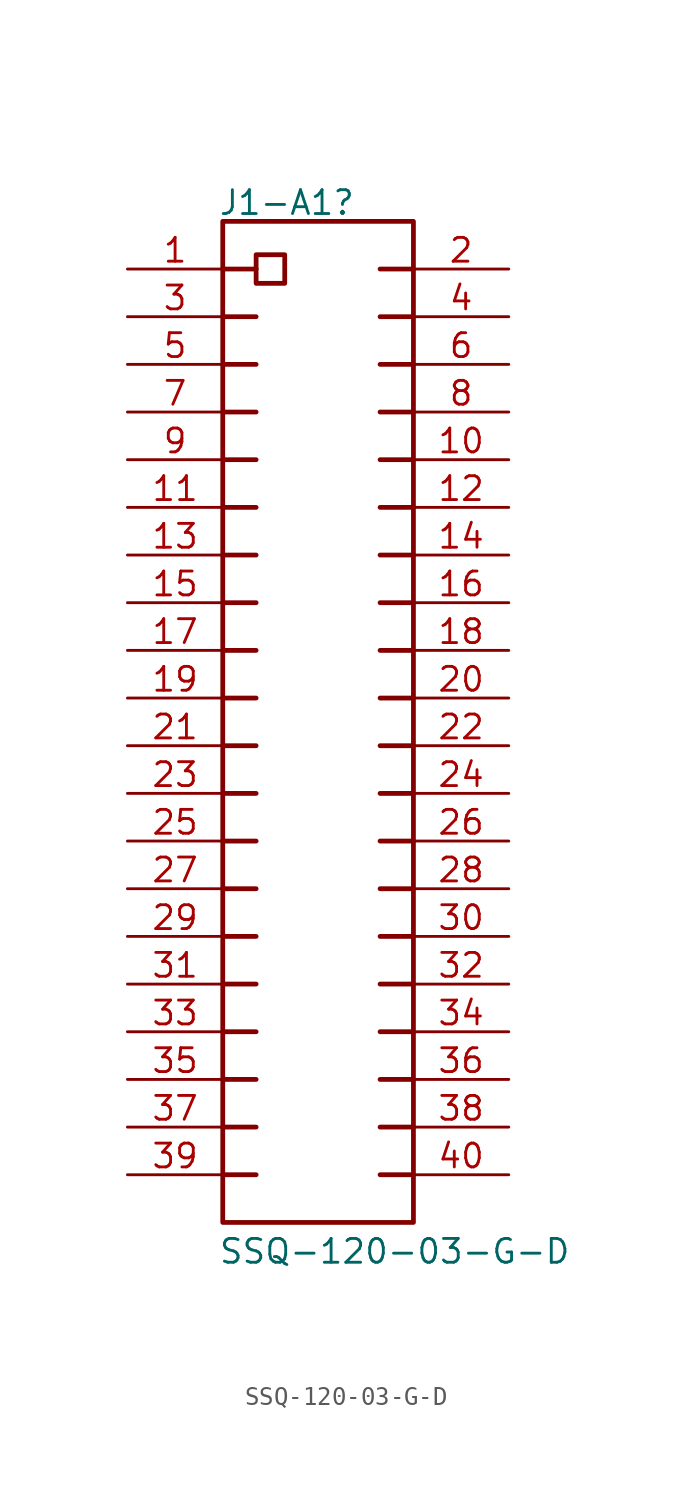
<source format=kicad_sym>
(kicad_symbol_lib
  (version 20241209)
  (generator "kicad_symbol_editor")
  (generator_version "9.0")
  (symbol "SSQ-120-03-G-D"
    (property "Reference" "J1-A1"
      (at -0.254 0.254 0)
      (effects (font (size 1.27 1.27)) (justify left bottom)))
    (property "Value" "SSQ-120-03-G-D"
      (at -0.254 -55.626 0)
      (effects (font (size 1.27 1.27)) (justify left bottom)))
    (symbol "SSQ-120-03-G-D_1_0"
      (polyline (pts (xy 0 0) (xy 10.16 0) (xy 10.16 -53.34) (xy 0 -53.34) (xy 0 0) (xy 0 -1.27)) (stroke (width 0.254) (type default)) (fill (type none)))
      (polyline (pts (xy 0 -2.54) (xy 1.778 -2.54)) (stroke (width 0.254) (type default)) (fill (type none)))
      (polyline (pts (xy 0 -5.08) (xy 1.778 -5.08)) (stroke (width 0.254) (type default)) (fill (type none)))
      (polyline (pts (xy 0 -7.62) (xy 1.778 -7.62)) (stroke (width 0.254) (type default)) (fill (type none)))
      (polyline (pts (xy 0 -10.16) (xy 1.778 -10.16)) (stroke (width 0.254) (type default)) (fill (type none)))
      (polyline (pts (xy 0 -12.7) (xy 1.778 -12.7)) (stroke (width 0.254) (type default)) (fill (type none)))
      (polyline (pts (xy 0 -15.24) (xy 1.778 -15.24)) (stroke (width 0.254) (type default)) (fill (type none)))
      (polyline (pts (xy 0 -17.78) (xy 1.778 -17.78)) (stroke (width 0.254) (type default)) (fill (type none)))
      (polyline (pts (xy 0 -20.32) (xy 1.778 -20.32)) (stroke (width 0.254) (type default)) (fill (type none)))
      (polyline (pts (xy 0 -22.86) (xy 1.778 -22.86)) (stroke (width 0.254) (type default)) (fill (type none)))
      (polyline (pts (xy 0 -25.4) (xy 1.778 -25.4)) (stroke (width 0.254) (type default)) (fill (type none)))
      (polyline (pts (xy 0 -27.94) (xy 1.778 -27.94)) (stroke (width 0.254) (type default)) (fill (type none)))
      (polyline (pts (xy 0 -30.48) (xy 1.778 -30.48)) (stroke (width 0.254) (type default)) (fill (type none)))
      (polyline (pts (xy 0 -33.02) (xy 1.778 -33.02)) (stroke (width 0.254) (type default)) (fill (type none)))
      (polyline (pts (xy 0 -35.56) (xy 1.778 -35.56)) (stroke (width 0.254) (type default)) (fill (type none)))
      (polyline (pts (xy 0 -38.1) (xy 1.778 -38.1)) (stroke (width 0.254) (type default)) (fill (type none)))
      (polyline (pts (xy 0 -40.64) (xy 1.778 -40.64)) (stroke (width 0.254) (type default)) (fill (type none)))
      (polyline (pts (xy 0 -43.18) (xy 1.778 -43.18)) (stroke (width 0.254) (type default)) (fill (type none)))
      (polyline (pts (xy 0 -45.72) (xy 1.778 -45.72)) (stroke (width 0.254) (type default)) (fill (type none)))
      (polyline (pts (xy 0 -48.26) (xy 1.778 -48.26)) (stroke (width 0.254) (type default)) (fill (type none)))
      (polyline (pts (xy 0 -50.8) (xy 1.778 -50.8)) (stroke (width 0.254) (type default)) (fill (type none)))
      (rectangle (start 3.302 -1.778) (end 1.778 -3.302) (stroke (width 0.254) (type default)) (fill (type none)))
      (polyline (pts (xy 10.16 -2.54) (xy 8.382 -2.54)) (stroke (width 0.254) (type default)) (fill (type none)))
      (polyline (pts (xy 10.16 -5.08) (xy 8.382 -5.08)) (stroke (width 0.254) (type default)) (fill (type none)))
      (polyline (pts (xy 10.16 -7.62) (xy 8.382 -7.62)) (stroke (width 0.254) (type default)) (fill (type none)))
      (polyline (pts (xy 10.16 -10.16) (xy 8.382 -10.16)) (stroke (width 0.254) (type default)) (fill (type none)))
      (polyline (pts (xy 10.16 -12.7) (xy 8.382 -12.7)) (stroke (width 0.254) (type default)) (fill (type none)))
      (polyline (pts (xy 10.16 -15.24) (xy 8.382 -15.24)) (stroke (width 0.254) (type default)) (fill (type none)))
      (polyline (pts (xy 10.16 -17.78) (xy 8.382 -17.78)) (stroke (width 0.254) (type default)) (fill (type none)))
      (polyline (pts (xy 10.16 -20.32) (xy 8.382 -20.32)) (stroke (width 0.254) (type default)) (fill (type none)))
      (polyline (pts (xy 10.16 -22.86) (xy 8.382 -22.86)) (stroke (width 0.254) (type default)) (fill (type none)))
      (polyline (pts (xy 10.16 -25.4) (xy 8.382 -25.4)) (stroke (width 0.254) (type default)) (fill (type none)))
      (polyline (pts (xy 10.16 -27.94) (xy 8.382 -27.94)) (stroke (width 0.254) (type default)) (fill (type none)))
      (polyline (pts (xy 10.16 -30.48) (xy 8.382 -30.48)) (stroke (width 0.254) (type default)) (fill (type none)))
      (polyline (pts (xy 10.16 -33.02) (xy 8.382 -33.02)) (stroke (width 0.254) (type default)) (fill (type none)))
      (polyline (pts (xy 10.16 -35.56) (xy 8.382 -35.56)) (stroke (width 0.254) (type default)) (fill (type none)))
      (polyline (pts (xy 10.16 -38.1) (xy 8.382 -38.1)) (stroke (width 0.254) (type default)) (fill (type none)))
      (polyline (pts (xy 10.16 -40.64) (xy 8.382 -40.64)) (stroke (width 0.254) (type default)) (fill (type none)))
      (polyline (pts (xy 10.16 -43.18) (xy 8.382 -43.18)) (stroke (width 0.254) (type default)) (fill (type none)))
      (polyline (pts (xy 10.16 -45.72) (xy 8.382 -45.72)) (stroke (width 0.254) (type default)) (fill (type none)))
      (polyline (pts (xy 10.16 -48.26) (xy 8.382 -48.26)) (stroke (width 0.254) (type default)) (fill (type none)))
      (polyline (pts (xy 10.16 -50.8) (xy 8.382 -50.8)) (stroke (width 0.254) (type default)) (fill (type none)))
      (pin passive line (at -5.08 -2.54 0) (length 5.08) (name "1" (effects (font (size 0 0)))) (number "1" (effects (font (size 1.27 1.27)))))
      (pin passive line (at -5.08 -5.08 0) (length 5.08) (name "3" (effects (font (size 0 0)))) (number "3" (effects (font (size 1.27 1.27)))))
      (pin passive line (at -5.08 -7.62 0) (length 5.08) (name "5" (effects (font (size 0 0)))) (number "5" (effects (font (size 1.27 1.27)))))
      (pin passive line (at -5.08 -10.16 0) (length 5.08) (name "7" (effects (font (size 0 0)))) (number "7" (effects (font (size 1.27 1.27)))))
      (pin passive line (at -5.08 -12.7 0) (length 5.08) (name "9" (effects (font (size 0 0)))) (number "9" (effects (font (size 1.27 1.27)))))
      (pin passive line (at -5.08 -15.24 0) (length 5.08) (name "11" (effects (font (size 0 0)))) (number "11" (effects (font (size 1.27 1.27)))))
      (pin passive line (at -5.08 -17.78 0) (length 5.08) (name "13" (effects (font (size 0 0)))) (number "13" (effects (font (size 1.27 1.27)))))
      (pin passive line (at -5.08 -20.32 0) (length 5.08) (name "15" (effects (font (size 0 0)))) (number "15" (effects (font (size 1.27 1.27)))))
      (pin passive line (at -5.08 -22.86 0) (length 5.08) (name "17" (effects (font (size 0 0)))) (number "17" (effects (font (size 1.27 1.27)))))
      (pin passive line (at -5.08 -25.4 0) (length 5.08) (name "19" (effects (font (size 0 0)))) (number "19" (effects (font (size 1.27 1.27)))))
      (pin passive line (at -5.08 -27.94 0) (length 5.08) (name "21" (effects (font (size 0 0)))) (number "21" (effects (font (size 1.27 1.27)))))
      (pin passive line (at -5.08 -30.48 0) (length 5.08) (name "23" (effects (font (size 0 0)))) (number "23" (effects (font (size 1.27 1.27)))))
      (pin passive line (at -5.08 -33.02 0) (length 5.08) (name "25" (effects (font (size 0 0)))) (number "25" (effects (font (size 1.27 1.27)))))
      (pin passive line (at -5.08 -35.56 0) (length 5.08) (name "27" (effects (font (size 0 0)))) (number "27" (effects (font (size 1.27 1.27)))))
      (pin passive line (at -5.08 -38.1 0) (length 5.08) (name "29" (effects (font (size 0 0)))) (number "29" (effects (font (size 1.27 1.27)))))
      (pin passive line (at -5.08 -40.64 0) (length 5.08) (name "31" (effects (font (size 0 0)))) (number "31" (effects (font (size 1.27 1.27)))))
      (pin passive line (at -5.08 -43.18 0) (length 5.08) (name "33" (effects (font (size 0 0)))) (number "33" (effects (font (size 1.27 1.27)))))
      (pin passive line (at -5.08 -45.72 0) (length 5.08) (name "35" (effects (font (size 0 0)))) (number "35" (effects (font (size 1.27 1.27)))))
      (pin passive line (at -5.08 -48.26 0) (length 5.08) (name "37" (effects (font (size 0 0)))) (number "37" (effects (font (size 1.27 1.27)))))
      (pin passive line (at -5.08 -50.8 0) (length 5.08) (name "39" (effects (font (size 0 0)))) (number "39" (effects (font (size 1.27 1.27)))))
      (pin passive line (at 15.24 -2.54 180) (length 5.08) (name "2" (effects (font (size 0 0)))) (number "2" (effects (font (size 1.27 1.27)))))
      (pin passive line (at 15.24 -5.08 180) (length 5.08) (name "4" (effects (font (size 0 0)))) (number "4" (effects (font (size 1.27 1.27)))))
      (pin passive line (at 15.24 -7.62 180) (length 5.08) (name "6" (effects (font (size 0 0)))) (number "6" (effects (font (size 1.27 1.27)))))
      (pin passive line (at 15.24 -10.16 180) (length 5.08) (name "8" (effects (font (size 0 0)))) (number "8" (effects (font (size 1.27 1.27)))))
      (pin passive line (at 15.24 -12.7 180) (length 5.08) (name "10" (effects (font (size 0 0)))) (number "10" (effects (font (size 1.27 1.27)))))
      (pin passive line (at 15.24 -15.24 180) (length 5.08) (name "12" (effects (font (size 0 0)))) (number "12" (effects (font (size 1.27 1.27)))))
      (pin passive line (at 15.24 -17.78 180) (length 5.08) (name "14" (effects (font (size 0 0)))) (number "14" (effects (font (size 1.27 1.27)))))
      (pin passive line (at 15.24 -20.32 180) (length 5.08) (name "16" (effects (font (size 0 0)))) (number "16" (effects (font (size 1.27 1.27)))))
      (pin passive line (at 15.24 -22.86 180) (length 5.08) (name "18" (effects (font (size 0 0)))) (number "18" (effects (font (size 1.27 1.27)))))
      (pin passive line (at 15.24 -25.4 180) (length 5.08) (name "20" (effects (font (size 0 0)))) (number "20" (effects (font (size 1.27 1.27)))))
      (pin passive line (at 15.24 -27.94 180) (length 5.08) (name "22" (effects (font (size 0 0)))) (number "22" (effects (font (size 1.27 1.27)))))
      (pin passive line (at 15.24 -30.48 180) (length 5.08) (name "24" (effects (font (size 0 0)))) (number "24" (effects (font (size 1.27 1.27)))))
      (pin passive line (at 15.24 -33.02 180) (length 5.08) (name "26" (effects (font (size 0 0)))) (number "26" (effects (font (size 1.27 1.27)))))
      (pin passive line (at 15.24 -35.56 180) (length 5.08) (name "28" (effects (font (size 0 0)))) (number "28" (effects (font (size 1.27 1.27)))))
      (pin passive line (at 15.24 -38.1 180) (length 5.08) (name "30" (effects (font (size 0 0)))) (number "30" (effects (font (size 1.27 1.27)))))
      (pin passive line (at 15.24 -40.64 180) (length 5.08) (name "32" (effects (font (size 0 0)))) (number "32" (effects (font (size 1.27 1.27)))))
      (pin passive line (at 15.24 -43.18 180) (length 5.08) (name "34" (effects (font (size 0 0)))) (number "34" (effects (font (size 1.27 1.27)))))
      (pin passive line (at 15.24 -45.72 180) (length 5.08) (name "36" (effects (font (size 0 0)))) (number "36" (effects (font (size 1.27 1.27)))))
      (pin passive line (at 15.24 -48.26 180) (length 5.08) (name "38" (effects (font (size 0 0)))) (number "38" (effects (font (size 1.27 1.27)))))
      (pin passive line (at 15.24 -50.8 180) (length 5.08) (name "40" (effects (font (size 0 0)))) (number "40" (effects (font (size 1.27 1.27))))))))
</source>
